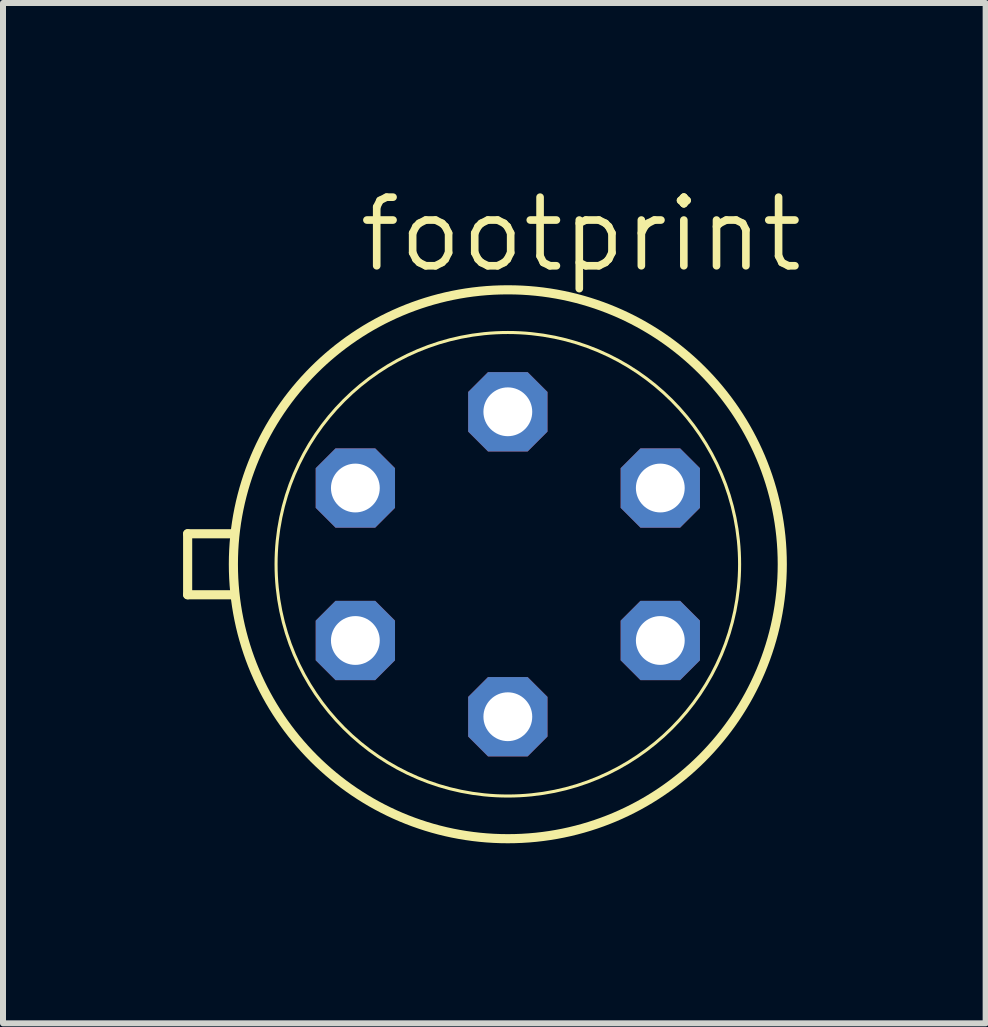
<source format=kicad_pcb>
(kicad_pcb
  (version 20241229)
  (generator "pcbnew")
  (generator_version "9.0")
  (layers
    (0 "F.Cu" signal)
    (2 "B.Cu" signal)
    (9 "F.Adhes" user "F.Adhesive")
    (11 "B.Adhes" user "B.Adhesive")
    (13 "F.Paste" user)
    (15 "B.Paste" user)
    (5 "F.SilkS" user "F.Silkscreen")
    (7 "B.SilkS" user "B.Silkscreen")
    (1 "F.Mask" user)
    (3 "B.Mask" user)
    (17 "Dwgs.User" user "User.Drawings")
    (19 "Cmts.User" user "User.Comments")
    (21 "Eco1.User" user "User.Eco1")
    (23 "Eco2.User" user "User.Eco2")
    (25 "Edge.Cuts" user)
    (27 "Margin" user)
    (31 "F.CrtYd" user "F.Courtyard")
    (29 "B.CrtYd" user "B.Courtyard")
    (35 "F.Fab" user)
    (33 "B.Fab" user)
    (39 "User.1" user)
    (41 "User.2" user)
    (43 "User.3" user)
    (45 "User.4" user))
  (footprint "footprint"
    (layer "F.Cu")
    (at 5.41 6.35)
    (property "Reference" "footprint" (at -2.54 -4.826 0) (layer "F.SilkS") (effects (font (size 1.143 1.143) (thickness 0.127)) (justify left bottom)))
    (fp_line (start -5.334 0.508) (end -5.334 -0.508) (stroke (width 0.152) (type solid)) (layer "F.SilkS"))
    (fp_line (start -5.334 0.508) (end -4.572 0.508) (stroke (width 0.152) (type solid)) (layer "F.SilkS"))
    (fp_line (start -4.572 -0.508) (end -5.334 -0.508) (stroke (width 0.152) (type solid)) (layer "F.SilkS"))
    (fp_circle (center 0 0) (end 3.861 0) (stroke (width 0.051) (type solid)) (fill no) (layer "F.SilkS"))
    (fp_circle (center 0 0) (end 4.572 0) (stroke (width 0.152) (type solid)) (fill no) (layer "F.SilkS"))
    (pad "1" thru_hole roundrect (at -2.54 1.27) (size 1.321 1.321) (drill 0.813) (layers "*.Cu" "*.Mask") (roundrect_rratio 0.25) (chamfer_ratio 0.25) (chamfer top_left top_right bottom_left bottom_right))
    (pad "2" thru_hole roundrect (at 0 2.54) (size 1.321 1.321) (drill 0.813) (layers "*.Cu" "*.Mask") (roundrect_rratio 0.25) (chamfer_ratio 0.25) (chamfer top_left top_right bottom_left bottom_right))
    (pad "3" thru_hole roundrect (at 2.54 1.27) (size 1.321 1.321) (drill 0.813) (layers "*.Cu" "*.Mask") (roundrect_rratio 0.25) (chamfer_ratio 0.25) (chamfer top_left top_right bottom_left bottom_right))
    (pad "4" thru_hole roundrect (at 2.54 -1.27) (size 1.321 1.321) (drill 0.813) (layers "*.Cu" "*.Mask") (roundrect_rratio 0.25) (chamfer_ratio 0.25) (chamfer top_left top_right bottom_left bottom_right))
    (pad "5" thru_hole roundrect (at 0 -2.54) (size 1.321 1.321) (drill 0.813) (layers "*.Cu" "*.Mask") (roundrect_rratio 0.25) (chamfer_ratio 0.25) (chamfer top_left top_right bottom_left bottom_right))
    (pad "6" thru_hole roundrect (at -2.54 -1.27) (size 1.321 1.321) (drill 0.813) (layers "*.Cu" "*.Mask") (roundrect_rratio 0.25) (chamfer_ratio 0.25) (chamfer top_left top_right bottom_left bottom_right)))
  (gr_rect
    (start -3 -3)
    (end 13.37 13.998)
    (stroke (width 0.1) (type default))
    (fill no)
    (layer "Edge.Cuts")))
</source>
